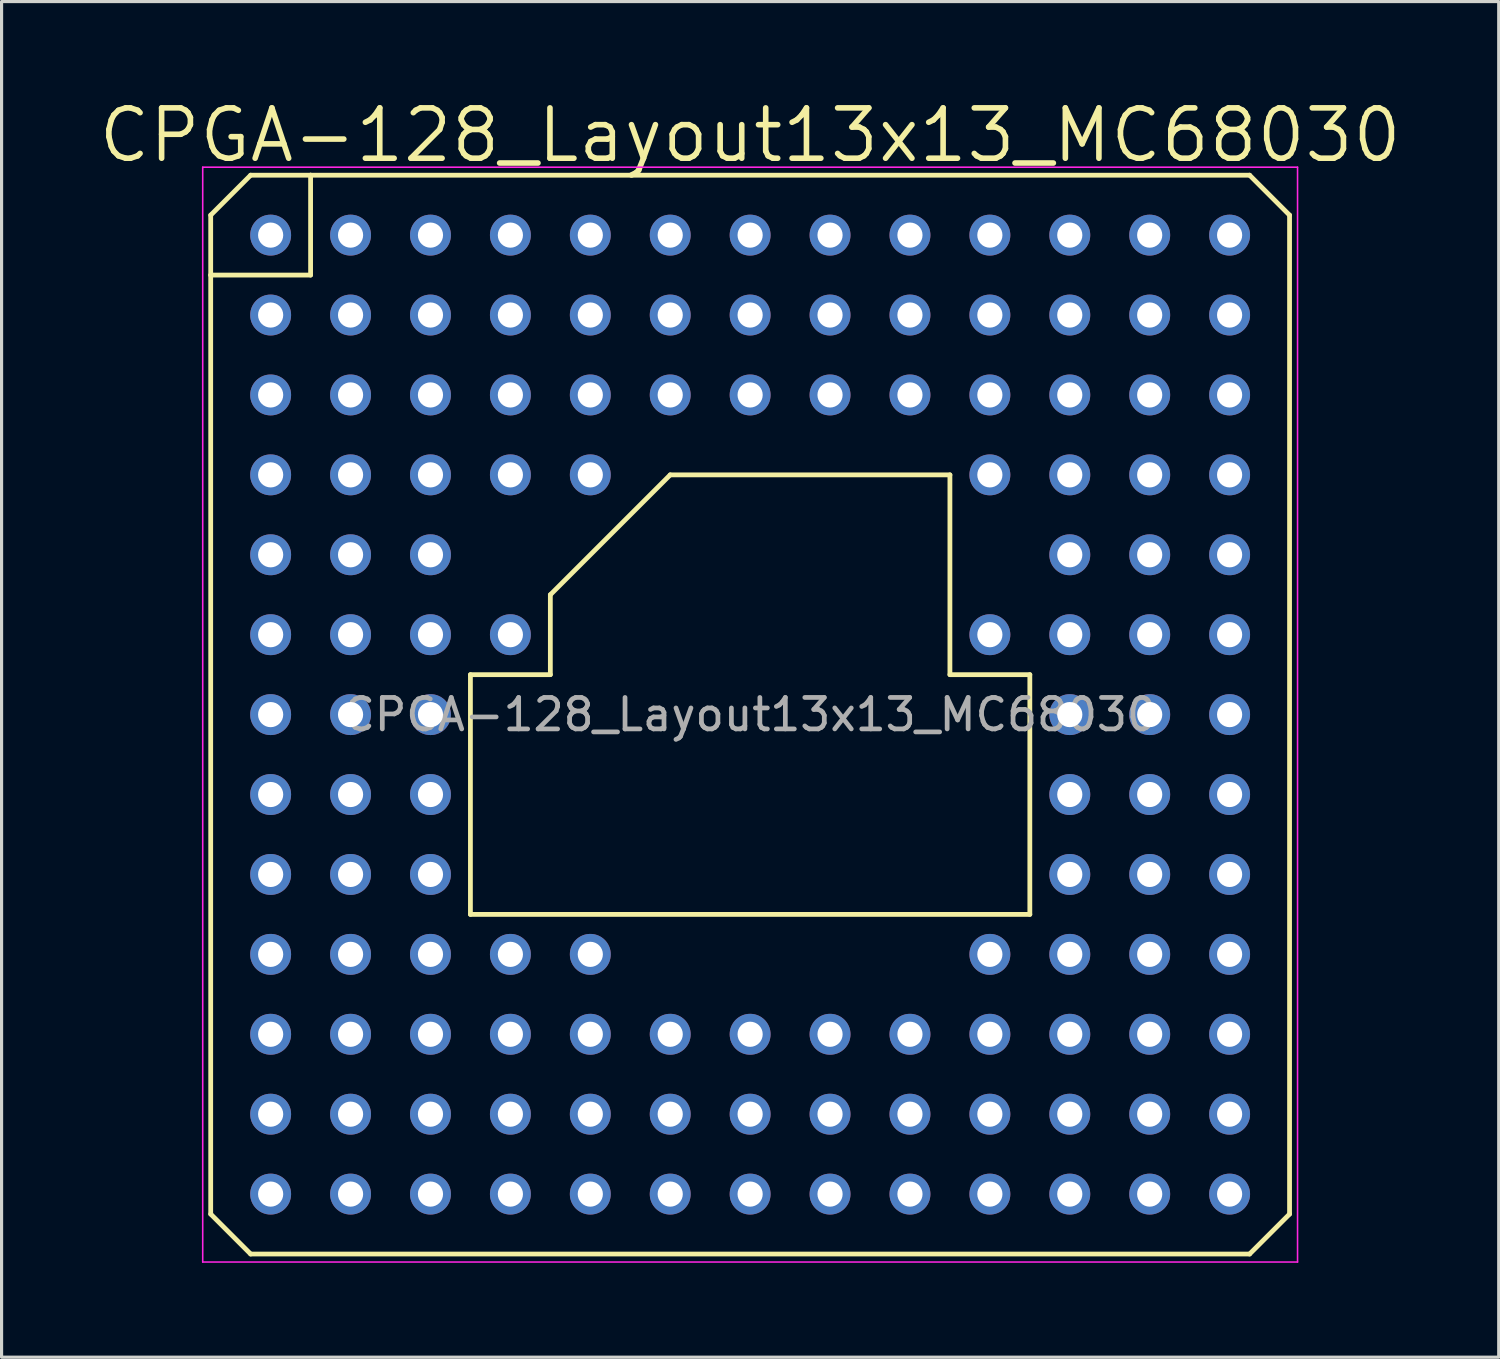
<source format=kicad_pcb>
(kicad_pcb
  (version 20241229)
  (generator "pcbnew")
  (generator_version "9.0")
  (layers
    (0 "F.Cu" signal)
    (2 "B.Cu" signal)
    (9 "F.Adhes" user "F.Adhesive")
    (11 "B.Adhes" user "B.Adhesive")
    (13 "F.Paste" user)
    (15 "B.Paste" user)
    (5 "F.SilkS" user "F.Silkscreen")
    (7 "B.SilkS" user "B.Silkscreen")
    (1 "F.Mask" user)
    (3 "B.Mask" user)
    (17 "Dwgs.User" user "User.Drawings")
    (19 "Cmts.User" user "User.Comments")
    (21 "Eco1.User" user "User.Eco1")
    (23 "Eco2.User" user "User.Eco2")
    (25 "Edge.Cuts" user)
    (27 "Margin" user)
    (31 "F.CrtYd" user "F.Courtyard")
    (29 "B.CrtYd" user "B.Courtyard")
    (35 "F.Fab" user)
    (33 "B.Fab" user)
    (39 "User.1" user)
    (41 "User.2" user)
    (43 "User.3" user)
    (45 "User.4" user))
  (footprint "CPGA-128_Layout13x13_MC68030"
    (layer "F.Cu")
    (at 20.792 19.663)
    (property "Reference" "CPGA-128_Layout13x13_MC68030" (at 0 -18.415 0) (layer "F.SilkS") (effects (font (size 1.6 1.6) (thickness 0.178))))
    (attr through_hole)
    (fp_line (start -17.145 -15.875) (end -15.875 -17.145) (stroke (width 0.152) (type solid)) (layer "F.SilkS"))
    (fp_line (start -17.145 -13.97) (end -17.145 -15.875) (stroke (width 0.152) (type solid)) (layer "F.SilkS"))
    (fp_line (start -17.145 15.875) (end -17.145 -13.97) (stroke (width 0.152) (type solid)) (layer "F.SilkS"))
    (fp_line (start -15.875 17.145) (end -17.145 15.875) (stroke (width 0.152) (type solid)) (layer "F.SilkS"))
    (fp_line (start -13.97 -17.145) (end -15.875 -17.145) (stroke (width 0.152) (type solid)) (layer "F.SilkS"))
    (fp_line (start -13.97 -17.145) (end 15.875 -17.145) (stroke (width 0.152) (type solid)) (layer "F.SilkS"))
    (fp_line (start -13.97 -13.97) (end -17.145 -13.97) (stroke (width 0.152) (type solid)) (layer "F.SilkS"))
    (fp_line (start -13.97 -13.97) (end -13.97 -17.145) (stroke (width 0.152) (type solid)) (layer "F.SilkS"))
    (fp_line (start -8.89 -1.27) (end -6.35 -1.27) (stroke (width 0.152) (type solid)) (layer "F.SilkS"))
    (fp_line (start -8.89 6.35) (end -8.89 -1.27) (stroke (width 0.152) (type solid)) (layer "F.SilkS"))
    (fp_line (start -6.35 -3.81) (end -2.54 -7.62) (stroke (width 0.152) (type solid)) (layer "F.SilkS"))
    (fp_line (start -6.35 -1.27) (end -6.35 -3.81) (stroke (width 0.152) (type solid)) (layer "F.SilkS"))
    (fp_line (start -2.54 -7.62) (end 6.35 -7.62) (stroke (width 0.152) (type solid)) (layer "F.SilkS"))
    (fp_line (start 6.35 -7.62) (end 6.35 -1.27) (stroke (width 0.152) (type solid)) (layer "F.SilkS"))
    (fp_line (start 6.35 -1.27) (end 8.89 -1.27) (stroke (width 0.152) (type solid)) (layer "F.SilkS"))
    (fp_line (start 8.89 -1.27) (end 8.89 6.35) (stroke (width 0.152) (type solid)) (layer "F.SilkS"))
    (fp_line (start 8.89 6.35) (end -8.89 6.35) (stroke (width 0.152) (type solid)) (layer "F.SilkS"))
    (fp_line (start 15.875 -17.145) (end 17.145 -15.875) (stroke (width 0.152) (type solid)) (layer "F.SilkS"))
    (fp_line (start 15.875 17.145) (end -15.875 17.145) (stroke (width 0.152) (type solid)) (layer "F.SilkS"))
    (fp_line (start 17.145 -15.875) (end 17.145 15.875) (stroke (width 0.152) (type solid)) (layer "F.SilkS"))
    (fp_line (start 17.145 15.875) (end 15.875 17.145) (stroke (width 0.152) (type solid)) (layer "F.SilkS"))
    (fp_line (start -17.399 -17.399) (end -17.399 17.399) (stroke (width 0.05) (type solid)) (layer "F.CrtYd"))
    (fp_line (start -17.399 17.399) (end 17.399 17.399) (stroke (width 0.05) (type solid)) (layer "F.CrtYd"))
    (fp_line (start 17.399 -17.399) (end -17.399 -17.399) (stroke (width 0.05) (type solid)) (layer "F.CrtYd"))
    (fp_line (start 17.399 17.399) (end 17.399 -17.399) (stroke (width 0.05) (type solid)) (layer "F.CrtYd"))
    (fp_text user "${REFERENCE}" (at 0 0 180) (layer "F.Fab") (effects (font (size 1 1) (thickness 0.15))))
    (pad "A1" thru_hole circle (at -15.24 -15.24) (size 1.3 1.3) (drill 0.8) (layers "*.Cu" "*.Mask"))
    (pad "A2" thru_hole circle (at -12.7 -15.24) (size 1.3 1.3) (drill 0.8) (layers "*.Cu" "*.Mask"))
    (pad "A3" thru_hole circle (at -10.16 -15.24) (size 1.3 1.3) (drill 0.8) (layers "*.Cu" "*.Mask"))
    (pad "A4" thru_hole circle (at -7.62 -15.24) (size 1.3 1.3) (drill 0.8) (layers "*.Cu" "*.Mask"))
    (pad "A5" thru_hole circle (at -5.08 -15.24) (size 1.3 1.3) (drill 0.8) (layers "*.Cu" "*.Mask"))
    (pad "A6" thru_hole circle (at -2.54 -15.24) (size 1.3 1.3) (drill 0.8) (layers "*.Cu" "*.Mask"))
    (pad "A7" thru_hole circle (at 0 -15.24) (size 1.3 1.3) (drill 0.8) (layers "*.Cu" "*.Mask"))
    (pad "A8" thru_hole circle (at 2.54 -15.24) (size 1.3 1.3) (drill 0.8) (layers "*.Cu" "*.Mask"))
    (pad "A9" thru_hole circle (at 5.08 -15.24) (size 1.3 1.3) (drill 0.8) (layers "*.Cu" "*.Mask"))
    (pad "A10" thru_hole circle (at 7.62 -15.24) (size 1.3 1.3) (drill 0.8) (layers "*.Cu" "*.Mask"))
    (pad "A11" thru_hole circle (at 10.16 -15.24) (size 1.3 1.3) (drill 0.8) (layers "*.Cu" "*.Mask"))
    (pad "A12" thru_hole circle (at 12.7 -15.24) (size 1.3 1.3) (drill 0.8) (layers "*.Cu" "*.Mask"))
    (pad "A13" thru_hole circle (at 15.24 -15.24) (size 1.3 1.3) (drill 0.8) (layers "*.Cu" "*.Mask"))
    (pad "B1" thru_hole circle (at -15.24 -12.7) (size 1.3 1.3) (drill 0.8) (layers "*.Cu" "*.Mask"))
    (pad "B2" thru_hole circle (at -12.7 -12.7) (size 1.3 1.3) (drill 0.8) (layers "*.Cu" "*.Mask"))
    (pad "B3" thru_hole circle (at -10.16 -12.7) (size 1.3 1.3) (drill 0.8) (layers "*.Cu" "*.Mask"))
    (pad "B4" thru_hole circle (at -7.62 -12.7) (size 1.3 1.3) (drill 0.8) (layers "*.Cu" "*.Mask"))
    (pad "B5" thru_hole circle (at -5.08 -12.7) (size 1.3 1.3) (drill 0.8) (layers "*.Cu" "*.Mask"))
    (pad "B6" thru_hole circle (at -2.54 -12.7) (size 1.3 1.3) (drill 0.8) (layers "*.Cu" "*.Mask"))
    (pad "B7" thru_hole circle (at 0 -12.7) (size 1.3 1.3) (drill 0.8) (layers "*.Cu" "*.Mask"))
    (pad "B8" thru_hole circle (at 2.54 -12.7) (size 1.3 1.3) (drill 0.8) (layers "*.Cu" "*.Mask"))
    (pad "B9" thru_hole circle (at 5.08 -12.7) (size 1.3 1.3) (drill 0.8) (layers "*.Cu" "*.Mask"))
    (pad "B10" thru_hole circle (at 7.62 -12.7) (size 1.3 1.3) (drill 0.8) (layers "*.Cu" "*.Mask"))
    (pad "B11" thru_hole circle (at 10.16 -12.7) (size 1.3 1.3) (drill 0.8) (layers "*.Cu" "*.Mask"))
    (pad "B12" thru_hole circle (at 12.7 -12.7) (size 1.3 1.3) (drill 0.8) (layers "*.Cu" "*.Mask"))
    (pad "B13" thru_hole circle (at 15.24 -12.7) (size 1.3 1.3) (drill 0.8) (layers "*.Cu" "*.Mask"))
    (pad "C1" thru_hole circle (at -15.24 -10.16) (size 1.3 1.3) (drill 0.8) (layers "*.Cu" "*.Mask"))
    (pad "C2" thru_hole circle (at -12.7 -10.16) (size 1.3 1.3) (drill 0.8) (layers "*.Cu" "*.Mask"))
    (pad "C3" thru_hole circle (at -10.16 -10.16) (size 1.3 1.3) (drill 0.8) (layers "*.Cu" "*.Mask"))
    (pad "C4" thru_hole circle (at -7.62 -10.16) (size 1.3 1.3) (drill 0.8) (layers "*.Cu" "*.Mask"))
    (pad "C5" thru_hole circle (at -5.08 -10.16) (size 1.3 1.3) (drill 0.8) (layers "*.Cu" "*.Mask"))
    (pad "C6" thru_hole circle (at -2.54 -10.16) (size 1.3 1.3) (drill 0.8) (layers "*.Cu" "*.Mask"))
    (pad "C7" thru_hole circle (at 0 -10.16) (size 1.3 1.3) (drill 0.8) (layers "*.Cu" "*.Mask"))
    (pad "C8" thru_hole circle (at 2.54 -10.16) (size 1.3 1.3) (drill 0.8) (layers "*.Cu" "*.Mask"))
    (pad "C9" thru_hole circle (at 5.08 -10.16) (size 1.3 1.3) (drill 0.8) (layers "*.Cu" "*.Mask"))
    (pad "C10" thru_hole circle (at 7.62 -10.16) (size 1.3 1.3) (drill 0.8) (layers "*.Cu" "*.Mask"))
    (pad "C11" thru_hole circle (at 10.16 -10.16) (size 1.3 1.3) (drill 0.8) (layers "*.Cu" "*.Mask"))
    (pad "C12" thru_hole circle (at 12.7 -10.16) (size 1.3 1.3) (drill 0.8) (layers "*.Cu" "*.Mask"))
    (pad "C13" thru_hole circle (at 15.24 -10.16) (size 1.3 1.3) (drill 0.8) (layers "*.Cu" "*.Mask"))
    (pad "D1" thru_hole circle (at -15.24 -7.62) (size 1.3 1.3) (drill 0.8) (layers "*.Cu" "*.Mask"))
    (pad "D2" thru_hole circle (at -12.7 -7.62) (size 1.3 1.3) (drill 0.8) (layers "*.Cu" "*.Mask"))
    (pad "D3" thru_hole circle (at -10.16 -7.62) (size 1.3 1.3) (drill 0.8) (layers "*.Cu" "*.Mask"))
    (pad "D4" thru_hole circle (at -7.62 -7.62) (size 1.3 1.3) (drill 0.8) (layers "*.Cu" "*.Mask"))
    (pad "D5" thru_hole circle (at -5.08 -7.62) (size 1.3 1.3) (drill 0.8) (layers "*.Cu" "*.Mask"))
    (pad "D10" thru_hole circle (at 7.62 -7.62) (size 1.3 1.3) (drill 0.8) (layers "*.Cu" "*.Mask"))
    (pad "D11" thru_hole circle (at 10.16 -7.62) (size 1.3 1.3) (drill 0.8) (layers "*.Cu" "*.Mask"))
    (pad "D12" thru_hole circle (at 12.7 -7.62) (size 1.3 1.3) (drill 0.8) (layers "*.Cu" "*.Mask"))
    (pad "D13" thru_hole circle (at 15.24 -7.62) (size 1.3 1.3) (drill 0.8) (layers "*.Cu" "*.Mask"))
    (pad "E1" thru_hole circle (at -15.24 -5.08) (size 1.3 1.3) (drill 0.8) (layers "*.Cu" "*.Mask"))
    (pad "E2" thru_hole circle (at -12.7 -5.08) (size 1.3 1.3) (drill 0.8) (layers "*.Cu" "*.Mask"))
    (pad "E3" thru_hole circle (at -10.16 -5.08) (size 1.3 1.3) (drill 0.8) (layers "*.Cu" "*.Mask"))
    (pad "E11" thru_hole circle (at 10.16 -5.08) (size 1.3 1.3) (drill 0.8) (layers "*.Cu" "*.Mask"))
    (pad "E12" thru_hole circle (at 12.7 -5.08) (size 1.3 1.3) (drill 0.8) (layers "*.Cu" "*.Mask"))
    (pad "E13" thru_hole circle (at 15.24 -5.08) (size 1.3 1.3) (drill 0.8) (layers "*.Cu" "*.Mask"))
    (pad "F1" thru_hole circle (at -15.24 -2.54) (size 1.3 1.3) (drill 0.8) (layers "*.Cu" "*.Mask"))
    (pad "F2" thru_hole circle (at -12.7 -2.54) (size 1.3 1.3) (drill 0.8) (layers "*.Cu" "*.Mask"))
    (pad "F3" thru_hole circle (at -10.16 -2.54) (size 1.3 1.3) (drill 0.8) (layers "*.Cu" "*.Mask"))
    (pad "F4" thru_hole circle (at -7.62 -2.54) (size 1.3 1.3) (drill 0.8) (layers "*.Cu" "*.Mask"))
    (pad "F10" thru_hole circle (at 7.62 -2.54) (size 1.3 1.3) (drill 0.8) (layers "*.Cu" "*.Mask"))
    (pad "F11" thru_hole circle (at 10.16 -2.54) (size 1.3 1.3) (drill 0.8) (layers "*.Cu" "*.Mask"))
    (pad "F12" thru_hole circle (at 12.7 -2.54) (size 1.3 1.3) (drill 0.8) (layers "*.Cu" "*.Mask"))
    (pad "F13" thru_hole circle (at 15.24 -2.54) (size 1.3 1.3) (drill 0.8) (layers "*.Cu" "*.Mask"))
    (pad "G1" thru_hole circle (at -15.24 0) (size 1.3 1.3) (drill 0.8) (layers "*.Cu" "*.Mask"))
    (pad "G2" thru_hole circle (at -12.7 0) (size 1.3 1.3) (drill 0.8) (layers "*.Cu" "*.Mask"))
    (pad "G3" thru_hole circle (at -10.16 0) (size 1.3 1.3) (drill 0.8) (layers "*.Cu" "*.Mask"))
    (pad "G11" thru_hole circle (at 10.16 0) (size 1.3 1.3) (drill 0.8) (layers "*.Cu" "*.Mask"))
    (pad "G12" thru_hole circle (at 12.7 0) (size 1.3 1.3) (drill 0.8) (layers "*.Cu" "*.Mask"))
    (pad "G13" thru_hole circle (at 15.24 0) (size 1.3 1.3) (drill 0.8) (layers "*.Cu" "*.Mask"))
    (pad "H1" thru_hole circle (at -15.24 2.54) (size 1.3 1.3) (drill 0.8) (layers "*.Cu" "*.Mask"))
    (pad "H2" thru_hole circle (at -12.7 2.54) (size 1.3 1.3) (drill 0.8) (layers "*.Cu" "*.Mask"))
    (pad "H3" thru_hole circle (at -10.16 2.54) (size 1.3 1.3) (drill 0.8) (layers "*.Cu" "*.Mask"))
    (pad "H11" thru_hole circle (at 10.16 2.54) (size 1.3 1.3) (drill 0.8) (layers "*.Cu" "*.Mask"))
    (pad "H12" thru_hole circle (at 12.7 2.54) (size 1.3 1.3) (drill 0.8) (layers "*.Cu" "*.Mask"))
    (pad "H13" thru_hole circle (at 15.24 2.54) (size 1.3 1.3) (drill 0.8) (layers "*.Cu" "*.Mask"))
    (pad "J1" thru_hole circle (at -15.24 5.08) (size 1.3 1.3) (drill 0.8) (layers "*.Cu" "*.Mask"))
    (pad "J2" thru_hole circle (at -12.7 5.08) (size 1.3 1.3) (drill 0.8) (layers "*.Cu" "*.Mask"))
    (pad "J3" thru_hole circle (at -10.16 5.08) (size 1.3 1.3) (drill 0.8) (layers "*.Cu" "*.Mask"))
    (pad "J11" thru_hole circle (at 10.16 5.08) (size 1.3 1.3) (drill 0.8) (layers "*.Cu" "*.Mask"))
    (pad "J12" thru_hole circle (at 12.7 5.08) (size 1.3 1.3) (drill 0.8) (layers "*.Cu" "*.Mask"))
    (pad "J13" thru_hole circle (at 15.24 5.08) (size 1.3 1.3) (drill 0.8) (layers "*.Cu" "*.Mask"))
    (pad "K1" thru_hole circle (at -15.24 7.62) (size 1.3 1.3) (drill 0.8) (layers "*.Cu" "*.Mask"))
    (pad "K2" thru_hole circle (at -12.7 7.62) (size 1.3 1.3) (drill 0.8) (layers "*.Cu" "*.Mask"))
    (pad "K3" thru_hole circle (at -10.16 7.62) (size 1.3 1.3) (drill 0.8) (layers "*.Cu" "*.Mask"))
    (pad "K4" thru_hole circle (at -7.62 7.62) (size 1.3 1.3) (drill 0.8) (layers "*.Cu" "*.Mask"))
    (pad "K5" thru_hole circle (at -5.08 7.62) (size 1.3 1.3) (drill 0.8) (layers "*.Cu" "*.Mask"))
    (pad "K10" thru_hole circle (at 7.62 7.62) (size 1.3 1.3) (drill 0.8) (layers "*.Cu" "*.Mask"))
    (pad "K11" thru_hole circle (at 10.16 7.62) (size 1.3 1.3) (drill 0.8) (layers "*.Cu" "*.Mask"))
    (pad "K12" thru_hole circle (at 12.7 7.62) (size 1.3 1.3) (drill 0.8) (layers "*.Cu" "*.Mask"))
    (pad "K13" thru_hole circle (at 15.24 7.62) (size 1.3 1.3) (drill 0.8) (layers "*.Cu" "*.Mask"))
    (pad "L1" thru_hole circle (at -15.24 10.16) (size 1.3 1.3) (drill 0.8) (layers "*.Cu" "*.Mask"))
    (pad "L2" thru_hole circle (at -12.7 10.16) (size 1.3 1.3) (drill 0.8) (layers "*.Cu" "*.Mask"))
    (pad "L3" thru_hole circle (at -10.16 10.16) (size 1.3 1.3) (drill 0.8) (layers "*.Cu" "*.Mask"))
    (pad "L4" thru_hole circle (at -7.62 10.16) (size 1.3 1.3) (drill 0.8) (layers "*.Cu" "*.Mask"))
    (pad "L5" thru_hole circle (at -5.08 10.16) (size 1.3 1.3) (drill 0.8) (layers "*.Cu" "*.Mask"))
    (pad "L6" thru_hole circle (at -2.54 10.16) (size 1.3 1.3) (drill 0.8) (layers "*.Cu" "*.Mask"))
    (pad "L7" thru_hole circle (at 0 10.16) (size 1.3 1.3) (drill 0.8) (layers "*.Cu" "*.Mask"))
    (pad "L8" thru_hole circle (at 2.54 10.16) (size 1.3 1.3) (drill 0.8) (layers "*.Cu" "*.Mask"))
    (pad "L9" thru_hole circle (at 5.08 10.16) (size 1.3 1.3) (drill 0.8) (layers "*.Cu" "*.Mask"))
    (pad "L10" thru_hole circle (at 7.62 10.16) (size 1.3 1.3) (drill 0.8) (layers "*.Cu" "*.Mask"))
    (pad "L11" thru_hole circle (at 10.16 10.16) (size 1.3 1.3) (drill 0.8) (layers "*.Cu" "*.Mask"))
    (pad "L12" thru_hole circle (at 12.7 10.16) (size 1.3 1.3) (drill 0.8) (layers "*.Cu" "*.Mask"))
    (pad "L13" thru_hole circle (at 15.24 10.16) (size 1.3 1.3) (drill 0.8) (layers "*.Cu" "*.Mask"))
    (pad "M1" thru_hole circle (at -15.24 12.7) (size 1.3 1.3) (drill 0.8) (layers "*.Cu" "*.Mask"))
    (pad "M2" thru_hole circle (at -12.7 12.7) (size 1.3 1.3) (drill 0.8) (layers "*.Cu" "*.Mask"))
    (pad "M3" thru_hole circle (at -10.16 12.7) (size 1.3 1.3) (drill 0.8) (layers "*.Cu" "*.Mask"))
    (pad "M4" thru_hole circle (at -7.62 12.7) (size 1.3 1.3) (drill 0.8) (layers "*.Cu" "*.Mask"))
    (pad "M5" thru_hole circle (at -5.08 12.7) (size 1.3 1.3) (drill 0.8) (layers "*.Cu" "*.Mask"))
    (pad "M6" thru_hole circle (at -2.54 12.7) (size 1.3 1.3) (drill 0.8) (layers "*.Cu" "*.Mask"))
    (pad "M7" thru_hole circle (at 0 12.7) (size 1.3 1.3) (drill 0.8) (layers "*.Cu" "*.Mask"))
    (pad "M8" thru_hole circle (at 2.54 12.7) (size 1.3 1.3) (drill 0.8) (layers "*.Cu" "*.Mask"))
    (pad "M9" thru_hole circle (at 5.08 12.7) (size 1.3 1.3) (drill 0.8) (layers "*.Cu" "*.Mask"))
    (pad "M10" thru_hole circle (at 7.62 12.7) (size 1.3 1.3) (drill 0.8) (layers "*.Cu" "*.Mask"))
    (pad "M11" thru_hole circle (at 10.16 12.7) (size 1.3 1.3) (drill 0.8) (layers "*.Cu" "*.Mask"))
    (pad "M12" thru_hole circle (at 12.7 12.7) (size 1.3 1.3) (drill 0.8) (layers "*.Cu" "*.Mask"))
    (pad "M13" thru_hole circle (at 15.24 12.7) (size 1.3 1.3) (drill 0.8) (layers "*.Cu" "*.Mask"))
    (pad "N1" thru_hole circle (at -15.24 15.24) (size 1.3 1.3) (drill 0.8) (layers "*.Cu" "*.Mask"))
    (pad "N2" thru_hole circle (at -12.7 15.24) (size 1.3 1.3) (drill 0.8) (layers "*.Cu" "*.Mask"))
    (pad "N3" thru_hole circle (at -10.16 15.24) (size 1.3 1.3) (drill 0.8) (layers "*.Cu" "*.Mask"))
    (pad "N4" thru_hole circle (at -7.62 15.24) (size 1.3 1.3) (drill 0.8) (layers "*.Cu" "*.Mask"))
    (pad "N5" thru_hole circle (at -5.08 15.24) (size 1.3 1.3) (drill 0.8) (layers "*.Cu" "*.Mask"))
    (pad "N6" thru_hole circle (at -2.54 15.24) (size 1.3 1.3) (drill 0.8) (layers "*.Cu" "*.Mask"))
    (pad "N7" thru_hole circle (at 0 15.24) (size 1.3 1.3) (drill 0.8) (layers "*.Cu" "*.Mask"))
    (pad "N8" thru_hole circle (at 2.54 15.24) (size 1.3 1.3) (drill 0.8) (layers "*.Cu" "*.Mask"))
    (pad "N9" thru_hole circle (at 5.08 15.24) (size 1.3 1.3) (drill 0.8) (layers "*.Cu" "*.Mask"))
    (pad "N10" thru_hole circle (at 7.62 15.24) (size 1.3 1.3) (drill 0.8) (layers "*.Cu" "*.Mask"))
    (pad "N11" thru_hole circle (at 10.16 15.24) (size 1.3 1.3) (drill 0.8) (layers "*.Cu" "*.Mask"))
    (pad "N12" thru_hole circle (at 12.7 15.24) (size 1.3 1.3) (drill 0.8) (layers "*.Cu" "*.Mask"))
    (pad "N13" thru_hole circle (at 15.24 15.24) (size 1.3 1.3) (drill 0.8) (layers "*.Cu" "*.Mask")))
  (gr_rect
    (start -3 -3)
    (end 44.585 40.087)
    (stroke (width 0.1) (type default))
    (fill no)
    (layer "Edge.Cuts")))
</source>
